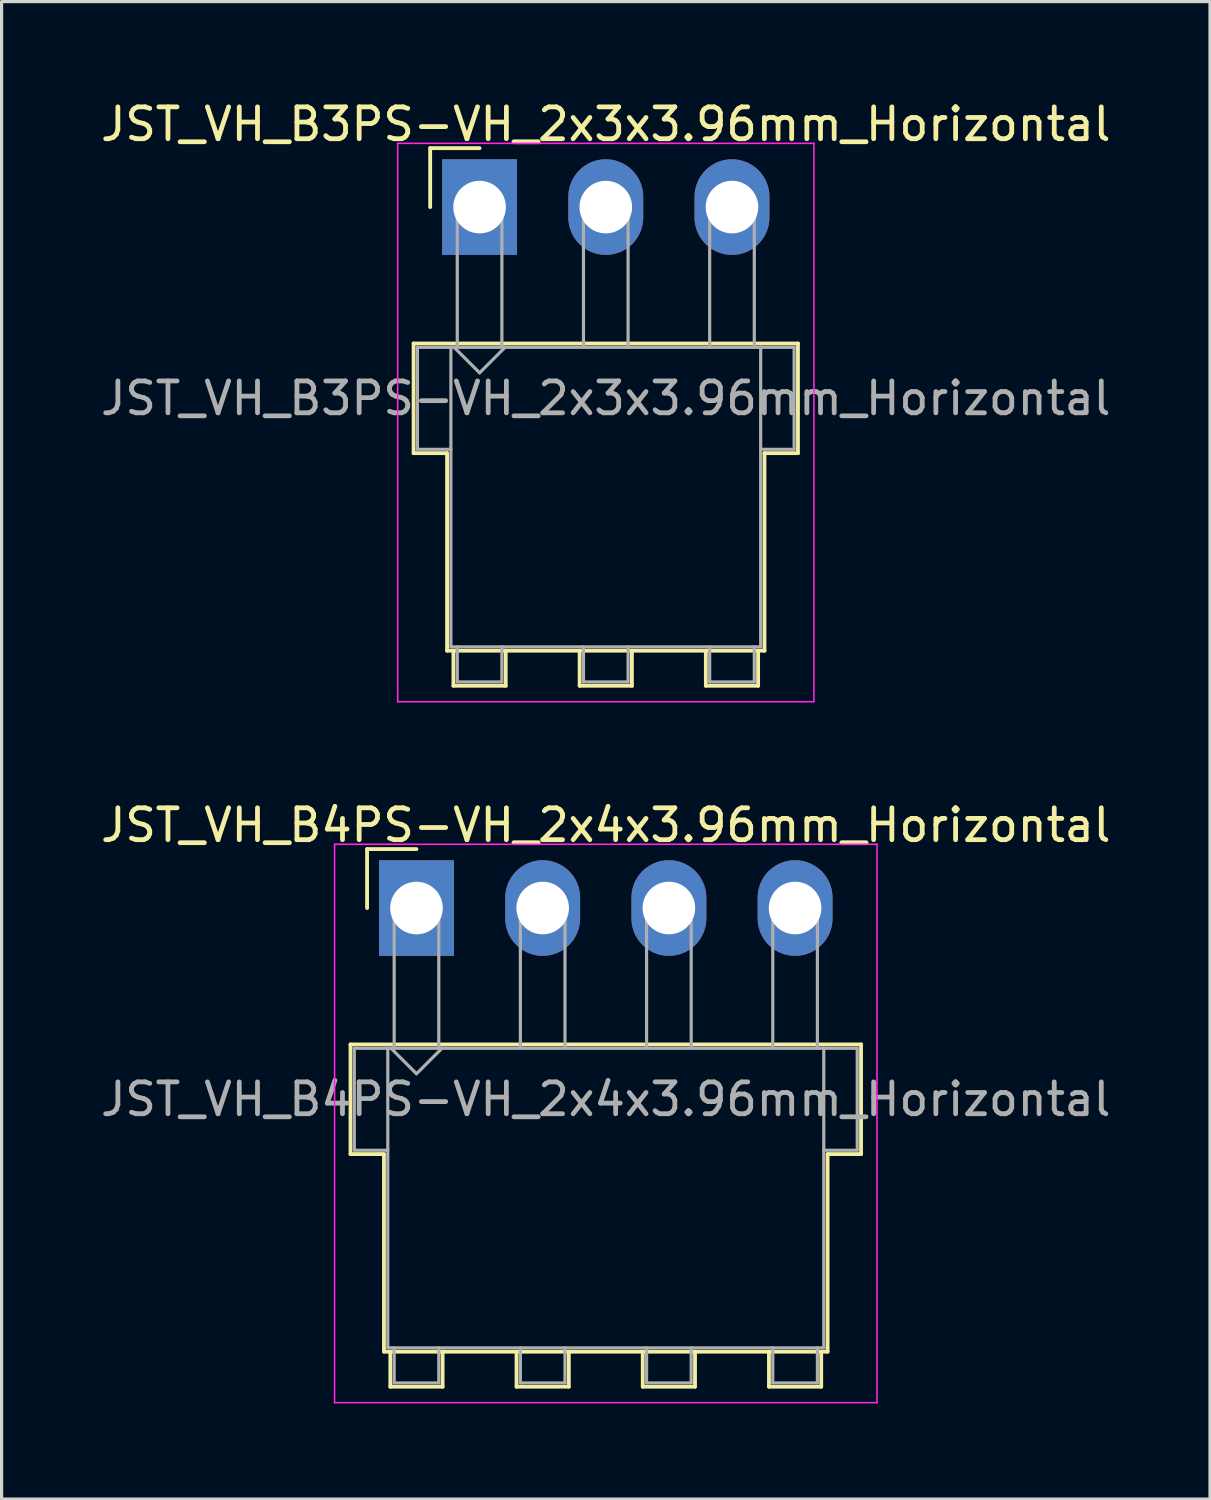
<source format=kicad_pcb>
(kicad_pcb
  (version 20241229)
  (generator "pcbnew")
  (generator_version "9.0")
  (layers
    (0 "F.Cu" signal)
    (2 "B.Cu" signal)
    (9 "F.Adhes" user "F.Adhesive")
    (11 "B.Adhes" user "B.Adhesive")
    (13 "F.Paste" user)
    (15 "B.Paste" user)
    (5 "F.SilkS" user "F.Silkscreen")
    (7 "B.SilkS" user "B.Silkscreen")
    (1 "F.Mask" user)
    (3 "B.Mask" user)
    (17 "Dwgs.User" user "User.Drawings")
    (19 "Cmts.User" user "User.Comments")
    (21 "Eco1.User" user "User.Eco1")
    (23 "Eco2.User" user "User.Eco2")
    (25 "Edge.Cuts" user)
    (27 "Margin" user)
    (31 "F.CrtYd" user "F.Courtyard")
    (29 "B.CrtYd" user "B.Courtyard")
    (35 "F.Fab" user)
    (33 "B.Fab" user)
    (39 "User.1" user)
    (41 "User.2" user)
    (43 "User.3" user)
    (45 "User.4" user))
  (footprint "JST_VH_B4PS-VH_2x4x3.96mm_Horizontal"
    (layer "F.Cu")
    (at 10.018 25.442)
    (property "Reference" "JST_VH_B4PS-VH_2x4x3.96mm_Horizontal" (at 5.94 -2.6 0) (layer "F.SilkS") (effects (font (size 1 1) (thickness 0.15))))
    (attr through_hole)
    (fp_line (start -2.07 4.28) (end 13.95 4.28) (stroke (width 0.12) (type solid)) (layer "F.SilkS"))
    (fp_line (start -2.07 7.72) (end -2.07 4.28) (stroke (width 0.12) (type solid)) (layer "F.SilkS"))
    (fp_line (start -1.55 -1.85) (end -1.55 0) (stroke (width 0.12) (type solid)) (layer "F.SilkS"))
    (fp_line (start -1.02 7.72) (end -2.07 7.72) (stroke (width 0.12) (type solid)) (layer "F.SilkS"))
    (fp_line (start -1.02 13.92) (end -1.02 7.72) (stroke (width 0.12) (type solid)) (layer "F.SilkS"))
    (fp_line (start -0.82 13.92) (end -0.82 15.02) (stroke (width 0.12) (type solid)) (layer "F.SilkS"))
    (fp_line (start -0.82 15.02) (end 0.82 15.02) (stroke (width 0.12) (type solid)) (layer "F.SilkS"))
    (fp_line (start 0 -1.85) (end -1.55 -1.85) (stroke (width 0.12) (type solid)) (layer "F.SilkS"))
    (fp_line (start 0.82 15.02) (end 0.82 13.92) (stroke (width 0.12) (type solid)) (layer "F.SilkS"))
    (fp_line (start 3.14 13.92) (end 3.14 15.02) (stroke (width 0.12) (type solid)) (layer "F.SilkS"))
    (fp_line (start 3.14 15.02) (end 4.78 15.02) (stroke (width 0.12) (type solid)) (layer "F.SilkS"))
    (fp_line (start 4.78 15.02) (end 4.78 13.92) (stroke (width 0.12) (type solid)) (layer "F.SilkS"))
    (fp_line (start 7.1 13.92) (end 7.1 15.02) (stroke (width 0.12) (type solid)) (layer "F.SilkS"))
    (fp_line (start 7.1 15.02) (end 8.74 15.02) (stroke (width 0.12) (type solid)) (layer "F.SilkS"))
    (fp_line (start 8.74 15.02) (end 8.74 13.92) (stroke (width 0.12) (type solid)) (layer "F.SilkS"))
    (fp_line (start 11.06 13.92) (end 11.06 15.02) (stroke (width 0.12) (type solid)) (layer "F.SilkS"))
    (fp_line (start 11.06 15.02) (end 12.7 15.02) (stroke (width 0.12) (type solid)) (layer "F.SilkS"))
    (fp_line (start 12.7 15.02) (end 12.7 13.92) (stroke (width 0.12) (type solid)) (layer "F.SilkS"))
    (fp_line (start 12.9 7.72) (end 12.9 13.92) (stroke (width 0.12) (type solid)) (layer "F.SilkS"))
    (fp_line (start 12.9 13.92) (end -1.02 13.92) (stroke (width 0.12) (type solid)) (layer "F.SilkS"))
    (fp_line (start 13.95 4.28) (end 13.95 7.72) (stroke (width 0.12) (type solid)) (layer "F.SilkS"))
    (fp_line (start 13.95 7.72) (end 12.9 7.72) (stroke (width 0.12) (type solid)) (layer "F.SilkS"))
    (fp_line (start -2.57 -2) (end -2.57 15.52) (stroke (width 0.05) (type solid)) (layer "F.CrtYd"))
    (fp_line (start -2.57 15.52) (end 14.45 15.52) (stroke (width 0.05) (type solid)) (layer "F.CrtYd"))
    (fp_line (start 14.45 -2) (end -2.57 -2) (stroke (width 0.05) (type solid)) (layer "F.CrtYd"))
    (fp_line (start 14.45 15.52) (end 14.45 -2) (stroke (width 0.05) (type solid)) (layer "F.CrtYd"))
    (fp_line (start -1.95 4.4) (end -0.9 4.4) (stroke (width 0.1) (type solid)) (layer "F.Fab"))
    (fp_line (start -1.95 7.6) (end -1.95 4.4) (stroke (width 0.1) (type solid)) (layer "F.Fab"))
    (fp_line (start -0.9 4.4) (end -0.9 13.8) (stroke (width 0.1) (type solid)) (layer "F.Fab"))
    (fp_line (start -0.9 7.6) (end -1.95 7.6) (stroke (width 0.1) (type solid)) (layer "F.Fab"))
    (fp_line (start -0.9 13.8) (end 12.78 13.8) (stroke (width 0.1) (type solid)) (layer "F.Fab"))
    (fp_line (start -0.8 4.4) (end 0 5.2) (stroke (width 0.1) (type solid)) (layer "F.Fab"))
    (fp_line (start -0.7 0) (end 0.7 0) (stroke (width 0.1) (type solid)) (layer "F.Fab"))
    (fp_line (start -0.7 4.4) (end -0.7 0) (stroke (width 0.1) (type solid)) (layer "F.Fab"))
    (fp_line (start -0.7 13.8) (end -0.7 14.9) (stroke (width 0.1) (type solid)) (layer "F.Fab"))
    (fp_line (start -0.7 14.9) (end 0.7 14.9) (stroke (width 0.1) (type solid)) (layer "F.Fab"))
    (fp_line (start 0 5.2) (end 0.8 4.4) (stroke (width 0.1) (type solid)) (layer "F.Fab"))
    (fp_line (start 0.7 0) (end 0.7 4.4) (stroke (width 0.1) (type solid)) (layer "F.Fab"))
    (fp_line (start 0.7 14.9) (end 0.7 13.8) (stroke (width 0.1) (type solid)) (layer "F.Fab"))
    (fp_line (start 3.26 0) (end 4.66 0) (stroke (width 0.1) (type solid)) (layer "F.Fab"))
    (fp_line (start 3.26 4.4) (end 3.26 0) (stroke (width 0.1) (type solid)) (layer "F.Fab"))
    (fp_line (start 3.26 13.8) (end 3.26 14.9) (stroke (width 0.1) (type solid)) (layer "F.Fab"))
    (fp_line (start 3.26 14.9) (end 4.66 14.9) (stroke (width 0.1) (type solid)) (layer "F.Fab"))
    (fp_line (start 4.66 0) (end 4.66 4.4) (stroke (width 0.1) (type solid)) (layer "F.Fab"))
    (fp_line (start 4.66 14.9) (end 4.66 13.8) (stroke (width 0.1) (type solid)) (layer "F.Fab"))
    (fp_line (start 7.22 0) (end 8.62 0) (stroke (width 0.1) (type solid)) (layer "F.Fab"))
    (fp_line (start 7.22 4.4) (end 7.22 0) (stroke (width 0.1) (type solid)) (layer "F.Fab"))
    (fp_line (start 7.22 13.8) (end 7.22 14.9) (stroke (width 0.1) (type solid)) (layer "F.Fab"))
    (fp_line (start 7.22 14.9) (end 8.62 14.9) (stroke (width 0.1) (type solid)) (layer "F.Fab"))
    (fp_line (start 8.62 0) (end 8.62 4.4) (stroke (width 0.1) (type solid)) (layer "F.Fab"))
    (fp_line (start 8.62 14.9) (end 8.62 13.8) (stroke (width 0.1) (type solid)) (layer "F.Fab"))
    (fp_line (start 11.18 0) (end 12.58 0) (stroke (width 0.1) (type solid)) (layer "F.Fab"))
    (fp_line (start 11.18 4.4) (end 11.18 0) (stroke (width 0.1) (type solid)) (layer "F.Fab"))
    (fp_line (start 11.18 13.8) (end 11.18 14.9) (stroke (width 0.1) (type solid)) (layer "F.Fab"))
    (fp_line (start 11.18 14.9) (end 12.58 14.9) (stroke (width 0.1) (type solid)) (layer "F.Fab"))
    (fp_line (start 12.58 0) (end 12.58 4.4) (stroke (width 0.1) (type solid)) (layer "F.Fab"))
    (fp_line (start 12.58 14.9) (end 12.58 13.8) (stroke (width 0.1) (type solid)) (layer "F.Fab"))
    (fp_line (start 12.78 4.4) (end -0.9 4.4) (stroke (width 0.1) (type solid)) (layer "F.Fab"))
    (fp_line (start 12.78 4.4) (end 13.83 4.4) (stroke (width 0.1) (type solid)) (layer "F.Fab"))
    (fp_line (start 12.78 13.8) (end 12.78 4.4) (stroke (width 0.1) (type solid)) (layer "F.Fab"))
    (fp_line (start 13.83 4.4) (end 13.83 7.6) (stroke (width 0.1) (type solid)) (layer "F.Fab"))
    (fp_line (start 13.83 7.6) (end 12.78 7.6) (stroke (width 0.1) (type solid)) (layer "F.Fab"))
    (fp_text user "${REFERENCE}" (at 5.94 6 0) (layer "F.Fab") (effects (font (size 1 1) (thickness 0.15))))
    (pad "1" thru_hole rect (at 0 0) (size 2.35 3) (drill 1.65) (layers "*.Cu" "*.Mask"))
    (pad "2" thru_hole oval (at 3.96 0) (size 2.35 3) (drill 1.65) (layers "*.Cu" "*.Mask"))
    (pad "3" thru_hole oval (at 7.92 0) (size 2.35 3) (drill 1.65) (layers "*.Cu" "*.Mask"))
    (pad "4" thru_hole oval (at 11.88 0) (size 2.35 3) (drill 1.65) (layers "*.Cu" "*.Mask")))
  (footprint "JST_VH_B3PS-VH_2x3x3.96mm_Horizontal"
    (layer "F.Cu")
    (at 11.998 3.448)
    (property "Reference" "JST_VH_B3PS-VH_2x3x3.96mm_Horizontal" (at 3.96 -2.6 0) (layer "F.SilkS") (effects (font (size 1 1) (thickness 0.15))))
    (attr through_hole)
    (fp_line (start -2.07 4.28) (end 9.99 4.28) (stroke (width 0.12) (type solid)) (layer "F.SilkS"))
    (fp_line (start -2.07 7.72) (end -2.07 4.28) (stroke (width 0.12) (type solid)) (layer "F.SilkS"))
    (fp_line (start -1.55 -1.85) (end -1.55 0) (stroke (width 0.12) (type solid)) (layer "F.SilkS"))
    (fp_line (start -1.02 7.72) (end -2.07 7.72) (stroke (width 0.12) (type solid)) (layer "F.SilkS"))
    (fp_line (start -1.02 13.92) (end -1.02 7.72) (stroke (width 0.12) (type solid)) (layer "F.SilkS"))
    (fp_line (start -0.82 13.92) (end -0.82 15.02) (stroke (width 0.12) (type solid)) (layer "F.SilkS"))
    (fp_line (start -0.82 15.02) (end 0.82 15.02) (stroke (width 0.12) (type solid)) (layer "F.SilkS"))
    (fp_line (start 0 -1.85) (end -1.55 -1.85) (stroke (width 0.12) (type solid)) (layer "F.SilkS"))
    (fp_line (start 0.82 15.02) (end 0.82 13.92) (stroke (width 0.12) (type solid)) (layer "F.SilkS"))
    (fp_line (start 3.14 13.92) (end 3.14 15.02) (stroke (width 0.12) (type solid)) (layer "F.SilkS"))
    (fp_line (start 3.14 15.02) (end 4.78 15.02) (stroke (width 0.12) (type solid)) (layer "F.SilkS"))
    (fp_line (start 4.78 15.02) (end 4.78 13.92) (stroke (width 0.12) (type solid)) (layer "F.SilkS"))
    (fp_line (start 7.1 13.92) (end 7.1 15.02) (stroke (width 0.12) (type solid)) (layer "F.SilkS"))
    (fp_line (start 7.1 15.02) (end 8.74 15.02) (stroke (width 0.12) (type solid)) (layer "F.SilkS"))
    (fp_line (start 8.74 15.02) (end 8.74 13.92) (stroke (width 0.12) (type solid)) (layer "F.SilkS"))
    (fp_line (start 8.94 7.72) (end 8.94 13.92) (stroke (width 0.12) (type solid)) (layer "F.SilkS"))
    (fp_line (start 8.94 13.92) (end -1.02 13.92) (stroke (width 0.12) (type solid)) (layer "F.SilkS"))
    (fp_line (start 9.99 4.28) (end 9.99 7.72) (stroke (width 0.12) (type solid)) (layer "F.SilkS"))
    (fp_line (start 9.99 7.72) (end 8.94 7.72) (stroke (width 0.12) (type solid)) (layer "F.SilkS"))
    (fp_line (start -2.57 -2) (end -2.57 15.52) (stroke (width 0.05) (type solid)) (layer "F.CrtYd"))
    (fp_line (start -2.57 15.52) (end 10.49 15.52) (stroke (width 0.05) (type solid)) (layer "F.CrtYd"))
    (fp_line (start 10.49 -2) (end -2.57 -2) (stroke (width 0.05) (type solid)) (layer "F.CrtYd"))
    (fp_line (start 10.49 15.52) (end 10.49 -2) (stroke (width 0.05) (type solid)) (layer "F.CrtYd"))
    (fp_line (start -1.95 4.4) (end -0.9 4.4) (stroke (width 0.1) (type solid)) (layer "F.Fab"))
    (fp_line (start -1.95 7.6) (end -1.95 4.4) (stroke (width 0.1) (type solid)) (layer "F.Fab"))
    (fp_line (start -0.9 4.4) (end -0.9 13.8) (stroke (width 0.1) (type solid)) (layer "F.Fab"))
    (fp_line (start -0.9 7.6) (end -1.95 7.6) (stroke (width 0.1) (type solid)) (layer "F.Fab"))
    (fp_line (start -0.9 13.8) (end 8.82 13.8) (stroke (width 0.1) (type solid)) (layer "F.Fab"))
    (fp_line (start -0.8 4.4) (end 0 5.2) (stroke (width 0.1) (type solid)) (layer "F.Fab"))
    (fp_line (start -0.7 0) (end 0.7 0) (stroke (width 0.1) (type solid)) (layer "F.Fab"))
    (fp_line (start -0.7 4.4) (end -0.7 0) (stroke (width 0.1) (type solid)) (layer "F.Fab"))
    (fp_line (start -0.7 13.8) (end -0.7 14.9) (stroke (width 0.1) (type solid)) (layer "F.Fab"))
    (fp_line (start -0.7 14.9) (end 0.7 14.9) (stroke (width 0.1) (type solid)) (layer "F.Fab"))
    (fp_line (start 0 5.2) (end 0.8 4.4) (stroke (width 0.1) (type solid)) (layer "F.Fab"))
    (fp_line (start 0.7 0) (end 0.7 4.4) (stroke (width 0.1) (type solid)) (layer "F.Fab"))
    (fp_line (start 0.7 14.9) (end 0.7 13.8) (stroke (width 0.1) (type solid)) (layer "F.Fab"))
    (fp_line (start 3.26 0) (end 4.66 0) (stroke (width 0.1) (type solid)) (layer "F.Fab"))
    (fp_line (start 3.26 4.4) (end 3.26 0) (stroke (width 0.1) (type solid)) (layer "F.Fab"))
    (fp_line (start 3.26 13.8) (end 3.26 14.9) (stroke (width 0.1) (type solid)) (layer "F.Fab"))
    (fp_line (start 3.26 14.9) (end 4.66 14.9) (stroke (width 0.1) (type solid)) (layer "F.Fab"))
    (fp_line (start 4.66 0) (end 4.66 4.4) (stroke (width 0.1) (type solid)) (layer "F.Fab"))
    (fp_line (start 4.66 14.9) (end 4.66 13.8) (stroke (width 0.1) (type solid)) (layer "F.Fab"))
    (fp_line (start 7.22 0) (end 8.62 0) (stroke (width 0.1) (type solid)) (layer "F.Fab"))
    (fp_line (start 7.22 4.4) (end 7.22 0) (stroke (width 0.1) (type solid)) (layer "F.Fab"))
    (fp_line (start 7.22 13.8) (end 7.22 14.9) (stroke (width 0.1) (type solid)) (layer "F.Fab"))
    (fp_line (start 7.22 14.9) (end 8.62 14.9) (stroke (width 0.1) (type solid)) (layer "F.Fab"))
    (fp_line (start 8.62 0) (end 8.62 4.4) (stroke (width 0.1) (type solid)) (layer "F.Fab"))
    (fp_line (start 8.62 14.9) (end 8.62 13.8) (stroke (width 0.1) (type solid)) (layer "F.Fab"))
    (fp_line (start 8.82 4.4) (end -0.9 4.4) (stroke (width 0.1) (type solid)) (layer "F.Fab"))
    (fp_line (start 8.82 4.4) (end 9.87 4.4) (stroke (width 0.1) (type solid)) (layer "F.Fab"))
    (fp_line (start 8.82 13.8) (end 8.82 4.4) (stroke (width 0.1) (type solid)) (layer "F.Fab"))
    (fp_line (start 9.87 4.4) (end 9.87 7.6) (stroke (width 0.1) (type solid)) (layer "F.Fab"))
    (fp_line (start 9.87 7.6) (end 8.82 7.6) (stroke (width 0.1) (type solid)) (layer "F.Fab"))
    (fp_text user "${REFERENCE}" (at 3.96 6 0) (layer "F.Fab") (effects (font (size 1 1) (thickness 0.15))))
    (pad "1" thru_hole rect (at 0 0) (size 2.35 3) (drill 1.65) (layers "*.Cu" "*.Mask"))
    (pad "2" thru_hole oval (at 3.96 0) (size 2.35 3) (drill 1.65) (layers "*.Cu" "*.Mask"))
    (pad "3" thru_hole oval (at 7.92 0) (size 2.35 3) (drill 1.65) (layers "*.Cu" "*.Mask")))
  (gr_rect
    (start -3 -3)
    (end 34.917 43.986)
    (stroke (width 0.1) (type default))
    (fill no)
    (layer "Edge.Cuts")))
</source>
